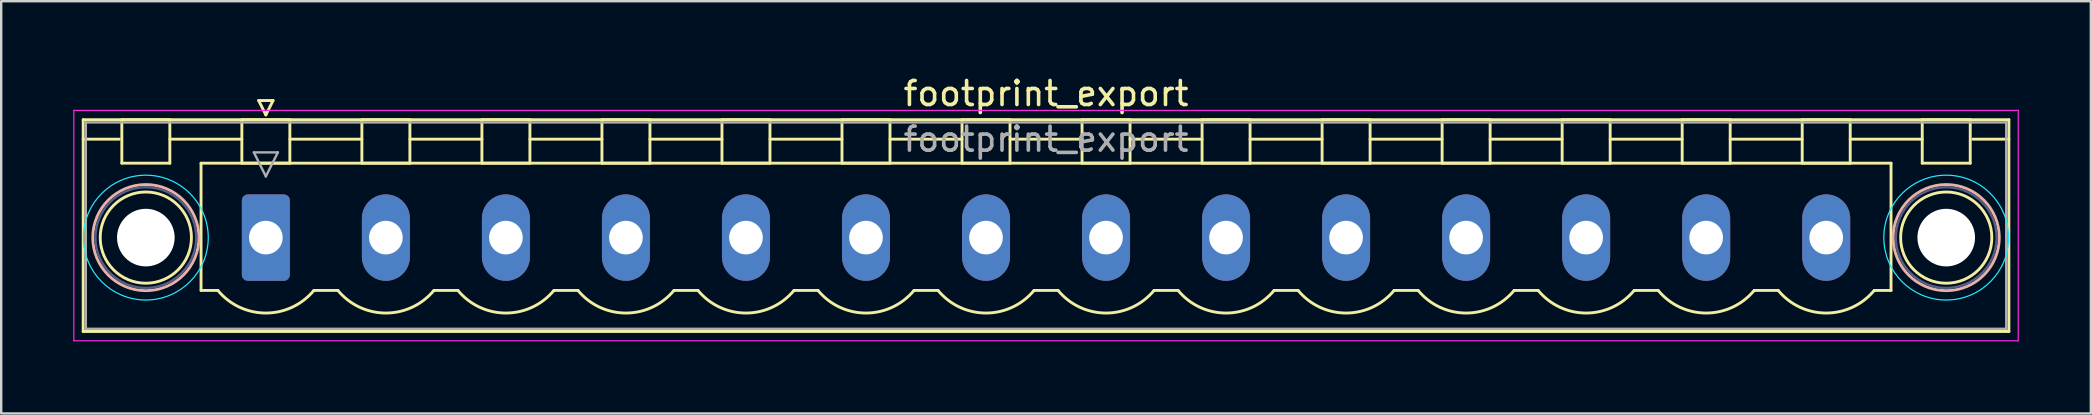
<source format=kicad_pcb>
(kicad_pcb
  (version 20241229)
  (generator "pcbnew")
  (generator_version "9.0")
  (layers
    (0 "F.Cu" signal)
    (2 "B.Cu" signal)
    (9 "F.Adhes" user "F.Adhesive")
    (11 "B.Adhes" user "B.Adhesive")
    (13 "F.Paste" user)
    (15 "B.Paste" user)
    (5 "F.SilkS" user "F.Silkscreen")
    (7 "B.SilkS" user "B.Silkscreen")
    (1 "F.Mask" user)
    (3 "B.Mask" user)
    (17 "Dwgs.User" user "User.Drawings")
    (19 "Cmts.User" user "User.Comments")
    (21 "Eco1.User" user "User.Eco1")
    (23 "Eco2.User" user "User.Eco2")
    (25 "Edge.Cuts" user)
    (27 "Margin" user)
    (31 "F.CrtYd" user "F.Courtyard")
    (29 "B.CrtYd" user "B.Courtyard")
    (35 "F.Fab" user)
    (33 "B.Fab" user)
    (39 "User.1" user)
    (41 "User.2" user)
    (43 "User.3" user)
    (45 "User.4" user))
  (footprint "footprint_export"
    (layer "F.Cu")
    (at 8.025 6.848)
    (property "Reference" "footprint_export" (at 32.5 -6 0) (layer "F.SilkS") (effects (font (size 1 1) (thickness 0.15))))
    (attr through_hole)
    (fp_line (start -7.61 -4.91) (end -7.61 3.91) (stroke (width 0.12) (type solid)) (layer "F.SilkS"))
    (fp_line (start -7.61 -4.1) (end -6.11 -4.1) (stroke (width 0.12) (type solid)) (layer "F.SilkS"))
    (fp_line (start -7.61 3.91) (end 72.61 3.91) (stroke (width 0.12) (type solid)) (layer "F.SilkS"))
    (fp_line (start -6 -4.91) (end -4 -4.91) (stroke (width 0.12) (type solid)) (layer "F.SilkS"))
    (fp_line (start -6 -3.1) (end -6 -4.91) (stroke (width 0.12) (type solid)) (layer "F.SilkS"))
    (fp_line (start -4 -4.91) (end -4 -3.1) (stroke (width 0.12) (type solid)) (layer "F.SilkS"))
    (fp_line (start -4 -4.1) (end -1 -4.1) (stroke (width 0.12) (type solid)) (layer "F.SilkS"))
    (fp_line (start -4 -3.1) (end -6 -3.1) (stroke (width 0.12) (type solid)) (layer "F.SilkS"))
    (fp_line (start -2.7 -3.1) (end 67.7 -3.1) (stroke (width 0.12) (type solid)) (layer "F.SilkS"))
    (fp_line (start -2.7 2.2) (end -2.7 -3.1) (stroke (width 0.12) (type solid)) (layer "F.SilkS"))
    (fp_line (start -2 2.2) (end -2.7 2.2) (stroke (width 0.12) (type solid)) (layer "F.SilkS"))
    (fp_line (start -1 -4.91) (end 1 -4.91) (stroke (width 0.12) (type solid)) (layer "F.SilkS"))
    (fp_line (start -1 -3.1) (end -1 -4.91) (stroke (width 0.12) (type solid)) (layer "F.SilkS"))
    (fp_line (start -0.3 -5.71) (end 0.3 -5.71) (stroke (width 0.12) (type solid)) (layer "F.SilkS"))
    (fp_line (start 0 -5.11) (end -0.3 -5.71) (stroke (width 0.12) (type solid)) (layer "F.SilkS"))
    (fp_line (start 0.3 -5.71) (end 0 -5.11) (stroke (width 0.12) (type solid)) (layer "F.SilkS"))
    (fp_line (start 1 -4.91) (end 1 -3.1) (stroke (width 0.12) (type solid)) (layer "F.SilkS"))
    (fp_line (start 1 -4.1) (end 4 -4.1) (stroke (width 0.12) (type solid)) (layer "F.SilkS"))
    (fp_line (start 1 -3.1) (end -1 -3.1) (stroke (width 0.12) (type solid)) (layer "F.SilkS"))
    (fp_line (start 2 2.2) (end 3 2.2) (stroke (width 0.12) (type solid)) (layer "F.SilkS"))
    (fp_line (start 4 -4.91) (end 6 -4.91) (stroke (width 0.12) (type solid)) (layer "F.SilkS"))
    (fp_line (start 4 -3.1) (end 4 -4.91) (stroke (width 0.12) (type solid)) (layer "F.SilkS"))
    (fp_line (start 6 -4.91) (end 6 -3.1) (stroke (width 0.12) (type solid)) (layer "F.SilkS"))
    (fp_line (start 6 -4.1) (end 9 -4.1) (stroke (width 0.12) (type solid)) (layer "F.SilkS"))
    (fp_line (start 6 -3.1) (end 4 -3.1) (stroke (width 0.12) (type solid)) (layer "F.SilkS"))
    (fp_line (start 7 2.2) (end 8 2.2) (stroke (width 0.12) (type solid)) (layer "F.SilkS"))
    (fp_line (start 9 -4.91) (end 11 -4.91) (stroke (width 0.12) (type solid)) (layer "F.SilkS"))
    (fp_line (start 9 -3.1) (end 9 -4.91) (stroke (width 0.12) (type solid)) (layer "F.SilkS"))
    (fp_line (start 11 -4.91) (end 11 -3.1) (stroke (width 0.12) (type solid)) (layer "F.SilkS"))
    (fp_line (start 11 -4.1) (end 14 -4.1) (stroke (width 0.12) (type solid)) (layer "F.SilkS"))
    (fp_line (start 11 -3.1) (end 9 -3.1) (stroke (width 0.12) (type solid)) (layer "F.SilkS"))
    (fp_line (start 12 2.2) (end 13 2.2) (stroke (width 0.12) (type solid)) (layer "F.SilkS"))
    (fp_line (start 14 -4.91) (end 16 -4.91) (stroke (width 0.12) (type solid)) (layer "F.SilkS"))
    (fp_line (start 14 -3.1) (end 14 -4.91) (stroke (width 0.12) (type solid)) (layer "F.SilkS"))
    (fp_line (start 16 -4.91) (end 16 -3.1) (stroke (width 0.12) (type solid)) (layer "F.SilkS"))
    (fp_line (start 16 -4.1) (end 19 -4.1) (stroke (width 0.12) (type solid)) (layer "F.SilkS"))
    (fp_line (start 16 -3.1) (end 14 -3.1) (stroke (width 0.12) (type solid)) (layer "F.SilkS"))
    (fp_line (start 17 2.2) (end 18 2.2) (stroke (width 0.12) (type solid)) (layer "F.SilkS"))
    (fp_line (start 19 -4.91) (end 21 -4.91) (stroke (width 0.12) (type solid)) (layer "F.SilkS"))
    (fp_line (start 19 -3.1) (end 19 -4.91) (stroke (width 0.12) (type solid)) (layer "F.SilkS"))
    (fp_line (start 21 -4.91) (end 21 -3.1) (stroke (width 0.12) (type solid)) (layer "F.SilkS"))
    (fp_line (start 21 -4.1) (end 24 -4.1) (stroke (width 0.12) (type solid)) (layer "F.SilkS"))
    (fp_line (start 21 -3.1) (end 19 -3.1) (stroke (width 0.12) (type solid)) (layer "F.SilkS"))
    (fp_line (start 22 2.2) (end 23 2.2) (stroke (width 0.12) (type solid)) (layer "F.SilkS"))
    (fp_line (start 24 -4.91) (end 26 -4.91) (stroke (width 0.12) (type solid)) (layer "F.SilkS"))
    (fp_line (start 24 -3.1) (end 24 -4.91) (stroke (width 0.12) (type solid)) (layer "F.SilkS"))
    (fp_line (start 26 -4.91) (end 26 -3.1) (stroke (width 0.12) (type solid)) (layer "F.SilkS"))
    (fp_line (start 26 -4.1) (end 29 -4.1) (stroke (width 0.12) (type solid)) (layer "F.SilkS"))
    (fp_line (start 26 -3.1) (end 24 -3.1) (stroke (width 0.12) (type solid)) (layer "F.SilkS"))
    (fp_line (start 27 2.2) (end 28 2.2) (stroke (width 0.12) (type solid)) (layer "F.SilkS"))
    (fp_line (start 29 -4.91) (end 31 -4.91) (stroke (width 0.12) (type solid)) (layer "F.SilkS"))
    (fp_line (start 29 -3.1) (end 29 -4.91) (stroke (width 0.12) (type solid)) (layer "F.SilkS"))
    (fp_line (start 31 -4.91) (end 31 -3.1) (stroke (width 0.12) (type solid)) (layer "F.SilkS"))
    (fp_line (start 31 -4.1) (end 34 -4.1) (stroke (width 0.12) (type solid)) (layer "F.SilkS"))
    (fp_line (start 31 -3.1) (end 29 -3.1) (stroke (width 0.12) (type solid)) (layer "F.SilkS"))
    (fp_line (start 32 2.2) (end 33 2.2) (stroke (width 0.12) (type solid)) (layer "F.SilkS"))
    (fp_line (start 34 -4.91) (end 36 -4.91) (stroke (width 0.12) (type solid)) (layer "F.SilkS"))
    (fp_line (start 34 -3.1) (end 34 -4.91) (stroke (width 0.12) (type solid)) (layer "F.SilkS"))
    (fp_line (start 36 -4.91) (end 36 -3.1) (stroke (width 0.12) (type solid)) (layer "F.SilkS"))
    (fp_line (start 36 -4.1) (end 39 -4.1) (stroke (width 0.12) (type solid)) (layer "F.SilkS"))
    (fp_line (start 36 -3.1) (end 34 -3.1) (stroke (width 0.12) (type solid)) (layer "F.SilkS"))
    (fp_line (start 37 2.2) (end 38 2.2) (stroke (width 0.12) (type solid)) (layer "F.SilkS"))
    (fp_line (start 39 -4.91) (end 41 -4.91) (stroke (width 0.12) (type solid)) (layer "F.SilkS"))
    (fp_line (start 39 -3.1) (end 39 -4.91) (stroke (width 0.12) (type solid)) (layer "F.SilkS"))
    (fp_line (start 41 -4.91) (end 41 -3.1) (stroke (width 0.12) (type solid)) (layer "F.SilkS"))
    (fp_line (start 41 -4.1) (end 44 -4.1) (stroke (width 0.12) (type solid)) (layer "F.SilkS"))
    (fp_line (start 41 -3.1) (end 39 -3.1) (stroke (width 0.12) (type solid)) (layer "F.SilkS"))
    (fp_line (start 42 2.2) (end 43 2.2) (stroke (width 0.12) (type solid)) (layer "F.SilkS"))
    (fp_line (start 44 -4.91) (end 46 -4.91) (stroke (width 0.12) (type solid)) (layer "F.SilkS"))
    (fp_line (start 44 -3.1) (end 44 -4.91) (stroke (width 0.12) (type solid)) (layer "F.SilkS"))
    (fp_line (start 46 -4.91) (end 46 -3.1) (stroke (width 0.12) (type solid)) (layer "F.SilkS"))
    (fp_line (start 46 -4.1) (end 49 -4.1) (stroke (width 0.12) (type solid)) (layer "F.SilkS"))
    (fp_line (start 46 -3.1) (end 44 -3.1) (stroke (width 0.12) (type solid)) (layer "F.SilkS"))
    (fp_line (start 47 2.2) (end 48 2.2) (stroke (width 0.12) (type solid)) (layer "F.SilkS"))
    (fp_line (start 49 -4.91) (end 51 -4.91) (stroke (width 0.12) (type solid)) (layer "F.SilkS"))
    (fp_line (start 49 -3.1) (end 49 -4.91) (stroke (width 0.12) (type solid)) (layer "F.SilkS"))
    (fp_line (start 51 -4.91) (end 51 -3.1) (stroke (width 0.12) (type solid)) (layer "F.SilkS"))
    (fp_line (start 51 -4.1) (end 54 -4.1) (stroke (width 0.12) (type solid)) (layer "F.SilkS"))
    (fp_line (start 51 -3.1) (end 49 -3.1) (stroke (width 0.12) (type solid)) (layer "F.SilkS"))
    (fp_line (start 52 2.2) (end 53 2.2) (stroke (width 0.12) (type solid)) (layer "F.SilkS"))
    (fp_line (start 54 -4.91) (end 56 -4.91) (stroke (width 0.12) (type solid)) (layer "F.SilkS"))
    (fp_line (start 54 -3.1) (end 54 -4.91) (stroke (width 0.12) (type solid)) (layer "F.SilkS"))
    (fp_line (start 56 -4.91) (end 56 -3.1) (stroke (width 0.12) (type solid)) (layer "F.SilkS"))
    (fp_line (start 56 -4.1) (end 59 -4.1) (stroke (width 0.12) (type solid)) (layer "F.SilkS"))
    (fp_line (start 56 -3.1) (end 54 -3.1) (stroke (width 0.12) (type solid)) (layer "F.SilkS"))
    (fp_line (start 57 2.2) (end 58 2.2) (stroke (width 0.12) (type solid)) (layer "F.SilkS"))
    (fp_line (start 59 -4.91) (end 61 -4.91) (stroke (width 0.12) (type solid)) (layer "F.SilkS"))
    (fp_line (start 59 -3.1) (end 59 -4.91) (stroke (width 0.12) (type solid)) (layer "F.SilkS"))
    (fp_line (start 61 -4.91) (end 61 -3.1) (stroke (width 0.12) (type solid)) (layer "F.SilkS"))
    (fp_line (start 61 -4.1) (end 64 -4.1) (stroke (width 0.12) (type solid)) (layer "F.SilkS"))
    (fp_line (start 61 -3.1) (end 59 -3.1) (stroke (width 0.12) (type solid)) (layer "F.SilkS"))
    (fp_line (start 62 2.2) (end 63 2.2) (stroke (width 0.12) (type solid)) (layer "F.SilkS"))
    (fp_line (start 64 -4.91) (end 66 -4.91) (stroke (width 0.12) (type solid)) (layer "F.SilkS"))
    (fp_line (start 64 -3.1) (end 64 -4.91) (stroke (width 0.12) (type solid)) (layer "F.SilkS"))
    (fp_line (start 66 -4.91) (end 66 -3.1) (stroke (width 0.12) (type solid)) (layer "F.SilkS"))
    (fp_line (start 66 -4.1) (end 69 -4.1) (stroke (width 0.12) (type solid)) (layer "F.SilkS"))
    (fp_line (start 66 -3.1) (end 64 -3.1) (stroke (width 0.12) (type solid)) (layer "F.SilkS"))
    (fp_line (start 67.7 -3.1) (end 67.7 2.2) (stroke (width 0.12) (type solid)) (layer "F.SilkS"))
    (fp_line (start 67.7 2.2) (end 67 2.2) (stroke (width 0.12) (type solid)) (layer "F.SilkS"))
    (fp_line (start 69 -4.91) (end 71 -4.91) (stroke (width 0.12) (type solid)) (layer "F.SilkS"))
    (fp_line (start 69 -3.1) (end 69 -4.91) (stroke (width 0.12) (type solid)) (layer "F.SilkS"))
    (fp_line (start 71 -4.91) (end 71 -3.1) (stroke (width 0.12) (type solid)) (layer "F.SilkS"))
    (fp_line (start 71 -3.1) (end 69 -3.1) (stroke (width 0.12) (type solid)) (layer "F.SilkS"))
    (fp_line (start 72.61 -4.91) (end -7.61 -4.91) (stroke (width 0.12) (type solid)) (layer "F.SilkS"))
    (fp_line (start 72.61 -4.1) (end 71.11 -4.1) (stroke (width 0.12) (type solid)) (layer "F.SilkS"))
    (fp_line (start 72.61 3.91) (end 72.61 -4.91) (stroke (width 0.12) (type solid)) (layer "F.SilkS"))
    (fp_arc (start 1.986842 2.215821) (mid -0.010289 3.142758) (end -2 2.2) (stroke (width 0.12) (type solid)) (layer "F.SilkS"))
    (fp_arc (start 6.986842 2.215821) (mid 4.989711 3.142758) (end 3 2.2) (stroke (width 0.12) (type solid)) (layer "F.SilkS"))
    (fp_arc (start 11.986842 2.215821) (mid 9.989711 3.142758) (end 8 2.2) (stroke (width 0.12) (type solid)) (layer "F.SilkS"))
    (fp_arc (start 16.986842 2.215821) (mid 14.989711 3.142758) (end 13 2.2) (stroke (width 0.12) (type solid)) (layer "F.SilkS"))
    (fp_arc (start 21.986842 2.215821) (mid 19.989711 3.142758) (end 18 2.2) (stroke (width 0.12) (type solid)) (layer "F.SilkS"))
    (fp_arc (start 26.986842 2.215821) (mid 24.989711 3.142758) (end 23 2.2) (stroke (width 0.12) (type solid)) (layer "F.SilkS"))
    (fp_arc (start 31.986842 2.215821) (mid 29.989711 3.142758) (end 28 2.2) (stroke (width 0.12) (type solid)) (layer "F.SilkS"))
    (fp_arc (start 36.986842 2.215821) (mid 34.989711 3.142758) (end 33 2.2) (stroke (width 0.12) (type solid)) (layer "F.SilkS"))
    (fp_arc (start 41.986842 2.215821) (mid 39.989711 3.142758) (end 38 2.2) (stroke (width 0.12) (type solid)) (layer "F.SilkS"))
    (fp_arc (start 46.986842 2.215821) (mid 44.989711 3.142758) (end 43 2.2) (stroke (width 0.12) (type solid)) (layer "F.SilkS"))
    (fp_arc (start 51.986842 2.215821) (mid 49.989711 3.142758) (end 48 2.2) (stroke (width 0.12) (type solid)) (layer "F.SilkS"))
    (fp_arc (start 56.986842 2.215821) (mid 54.989711 3.142758) (end 53 2.2) (stroke (width 0.12) (type solid)) (layer "F.SilkS"))
    (fp_arc (start 61.986842 2.215821) (mid 59.989711 3.142758) (end 58 2.2) (stroke (width 0.12) (type solid)) (layer "F.SilkS"))
    (fp_arc (start 66.986842 2.215821) (mid 64.989711 3.142758) (end 63 2.2) (stroke (width 0.12) (type solid)) (layer "F.SilkS"))
    (fp_circle (center -5 0) (end -3.1 0) (stroke (width 0.12) (type solid)) (fill no) (layer "F.SilkS"))
    (fp_circle (center 70 0) (end 71.9 0) (stroke (width 0.12) (type solid)) (fill no) (layer "F.SilkS"))
    (fp_circle (center -5 0) (end -2.79 0) (stroke (width 0.12) (type solid)) (fill no) (layer "B.SilkS"))
    (fp_circle (center 70 0) (end 72.21 0) (stroke (width 0.12) (type solid)) (fill no) (layer "B.SilkS"))
    (fp_circle (center -5 0) (end -2.4 0) (stroke (width 0.05) (type solid)) (fill no) (layer "B.CrtYd"))
    (fp_circle (center 70 0) (end 72.6 0) (stroke (width 0.05) (type solid)) (fill no) (layer "B.CrtYd"))
    (fp_line (start -8 -5.3) (end -8 4.3) (stroke (width 0.05) (type solid)) (layer "F.CrtYd"))
    (fp_line (start -8 4.3) (end 73 4.3) (stroke (width 0.05) (type solid)) (layer "F.CrtYd"))
    (fp_line (start 73 -5.3) (end -8 -5.3) (stroke (width 0.05) (type solid)) (layer "F.CrtYd"))
    (fp_line (start 73 4.3) (end 73 -5.3) (stroke (width 0.05) (type solid)) (layer "F.CrtYd"))
    (fp_circle (center -5 0) (end -2.9 0) (stroke (width 0.1) (type solid)) (fill no) (layer "B.Fab"))
    (fp_circle (center 70 0) (end 72.1 0) (stroke (width 0.1) (type solid)) (fill no) (layer "B.Fab"))
    (fp_line (start -7.5 -4.8) (end -7.5 3.8) (stroke (width 0.1) (type solid)) (layer "F.Fab"))
    (fp_line (start -7.5 3.8) (end 72.5 3.8) (stroke (width 0.1) (type solid)) (layer "F.Fab"))
    (fp_line (start -0.5 -3.55) (end 0.5 -3.55) (stroke (width 0.1) (type solid)) (layer "F.Fab"))
    (fp_line (start 0 -2.55) (end -0.5 -3.55) (stroke (width 0.1) (type solid)) (layer "F.Fab"))
    (fp_line (start 0.5 -3.55) (end 0 -2.55) (stroke (width 0.1) (type solid)) (layer "F.Fab"))
    (fp_line (start 72.5 -4.8) (end -7.5 -4.8) (stroke (width 0.1) (type solid)) (layer "F.Fab"))
    (fp_line (start 72.5 3.8) (end 72.5 -4.8) (stroke (width 0.1) (type solid)) (layer "F.Fab"))
    (fp_text user "${REFERENCE}" (at 32.5 -4.1 0) (layer "F.Fab") (effects (font (size 1 1) (thickness 0.15))))
    (pad "" np_thru_hole circle (at -5 0) (size 2.4 2.4) (drill 2.4) (layers "*.Cu" "*.Mask"))
    (pad "" np_thru_hole circle (at 70 0) (size 2.4 2.4) (drill 2.4) (layers "*.Cu" "*.Mask"))
    (pad "1" thru_hole roundrect (at 0 0) (size 2 3.6) (drill 1.4) (layers "*.Cu" "*.Mask") (roundrect_rratio 0.125))
    (pad "2" thru_hole oval (at 5 0) (size 2 3.6) (drill 1.4) (layers "*.Cu" "*.Mask"))
    (pad "3" thru_hole oval (at 10 0) (size 2 3.6) (drill 1.4) (layers "*.Cu" "*.Mask"))
    (pad "4" thru_hole oval (at 15 0) (size 2 3.6) (drill 1.4) (layers "*.Cu" "*.Mask"))
    (pad "5" thru_hole oval (at 20 0) (size 2 3.6) (drill 1.4) (layers "*.Cu" "*.Mask"))
    (pad "6" thru_hole oval (at 25 0) (size 2 3.6) (drill 1.4) (layers "*.Cu" "*.Mask"))
    (pad "7" thru_hole oval (at 30 0) (size 2 3.6) (drill 1.4) (layers "*.Cu" "*.Mask"))
    (pad "8" thru_hole oval (at 35 0) (size 2 3.6) (drill 1.4) (layers "*.Cu" "*.Mask"))
    (pad "9" thru_hole oval (at 40 0) (size 2 3.6) (drill 1.4) (layers "*.Cu" "*.Mask"))
    (pad "10" thru_hole oval (at 45 0) (size 2 3.6) (drill 1.4) (layers "*.Cu" "*.Mask"))
    (pad "11" thru_hole oval (at 50 0) (size 2 3.6) (drill 1.4) (layers "*.Cu" "*.Mask"))
    (pad "12" thru_hole oval (at 55 0) (size 2 3.6) (drill 1.4) (layers "*.Cu" "*.Mask"))
    (pad "13" thru_hole oval (at 60 0) (size 2 3.6) (drill 1.4) (layers "*.Cu" "*.Mask"))
    (pad "14" thru_hole oval (at 65 0) (size 2 3.6) (drill 1.4) (layers "*.Cu" "*.Mask")))
  (gr_rect
    (start -3 -3)
    (end 84.05 14.173)
    (stroke (width 0.1) (type default))
    (fill no)
    (layer "Edge.Cuts")))
</source>
